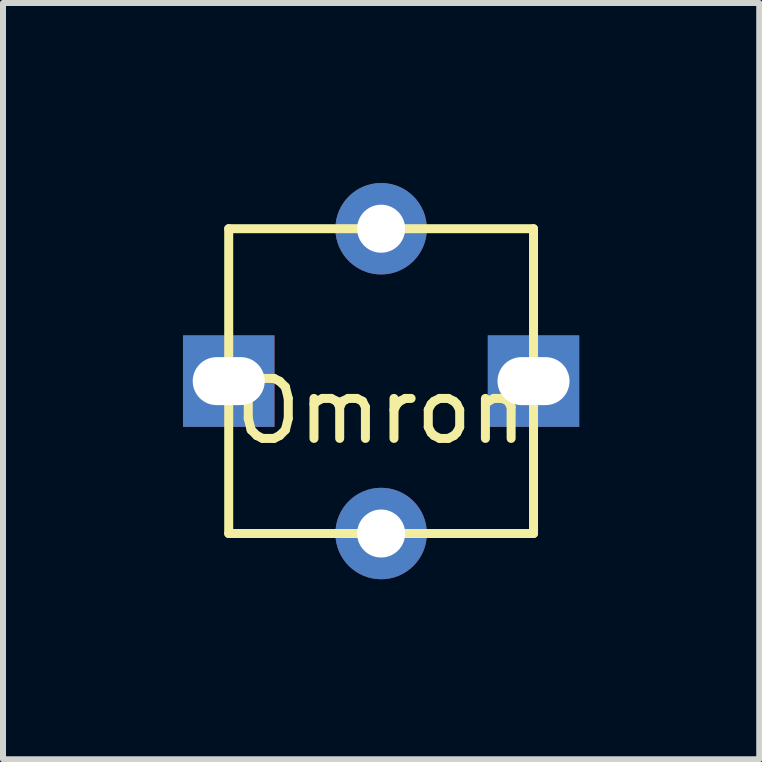
<source format=kicad_pcb>
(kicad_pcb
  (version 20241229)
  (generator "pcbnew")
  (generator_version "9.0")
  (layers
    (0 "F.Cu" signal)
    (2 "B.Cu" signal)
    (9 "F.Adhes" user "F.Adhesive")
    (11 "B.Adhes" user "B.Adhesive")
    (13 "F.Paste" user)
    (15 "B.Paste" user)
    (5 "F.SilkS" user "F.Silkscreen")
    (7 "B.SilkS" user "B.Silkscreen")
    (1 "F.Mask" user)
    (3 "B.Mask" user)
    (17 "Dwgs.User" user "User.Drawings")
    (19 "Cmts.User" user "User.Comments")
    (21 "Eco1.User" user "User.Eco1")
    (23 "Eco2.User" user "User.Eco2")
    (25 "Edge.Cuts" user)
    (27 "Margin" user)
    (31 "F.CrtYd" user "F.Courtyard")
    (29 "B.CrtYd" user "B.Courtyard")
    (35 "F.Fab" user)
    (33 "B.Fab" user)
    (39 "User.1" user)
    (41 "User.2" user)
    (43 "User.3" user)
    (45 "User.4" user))
  (footprint "Omron"
    (layer "F.Cu")
    (at 3.302 3.302)
    (property "Reference" "Omron" (at 0 0.5 0) (layer "F.SilkS") (effects (font (size 1 1) (thickness 0.15))))
    (attr through_hole)
    (fp_line (start -2.54 -2.54) (end 2.54 -2.54) (stroke (width 0.15) (type solid)) (layer "F.SilkS"))
    (fp_line (start -2.54 2.54) (end -2.54 -2.54) (stroke (width 0.15) (type solid)) (layer "F.SilkS"))
    (fp_line (start 2.54 -2.54) (end 2.54 2.54) (stroke (width 0.15) (type solid)) (layer "F.SilkS"))
    (fp_line (start 2.54 2.54) (end -2.54 2.54) (stroke (width 0.15) (type solid)) (layer "F.SilkS"))
    (pad "4" thru_hole circle (at 0 -2.54) (size 1.524 1.524) (drill 0.8) (layers "*.Cu" "*.Mask"))
    (pad "5" thru_hole circle (at 0 2.54) (size 1.524 1.524) (drill 0.8) (layers "*.Cu" "*.Mask"))
    (pad "6" thru_hole rect (at -2.54 0) (size 1.524 1.524) (drill oval 1.2 0.8) (layers "*.Cu" "*.Mask"))
    (pad "7" thru_hole rect (at 2.54 0) (size 1.524 1.524) (drill oval 1.2 0.8) (layers "*.Cu" "*.Mask")))
  (gr_rect
    (start -3 -3)
    (end 9.604 9.604)
    (stroke (width 0.1) (type default))
    (fill no)
    (layer "Edge.Cuts")))
</source>
